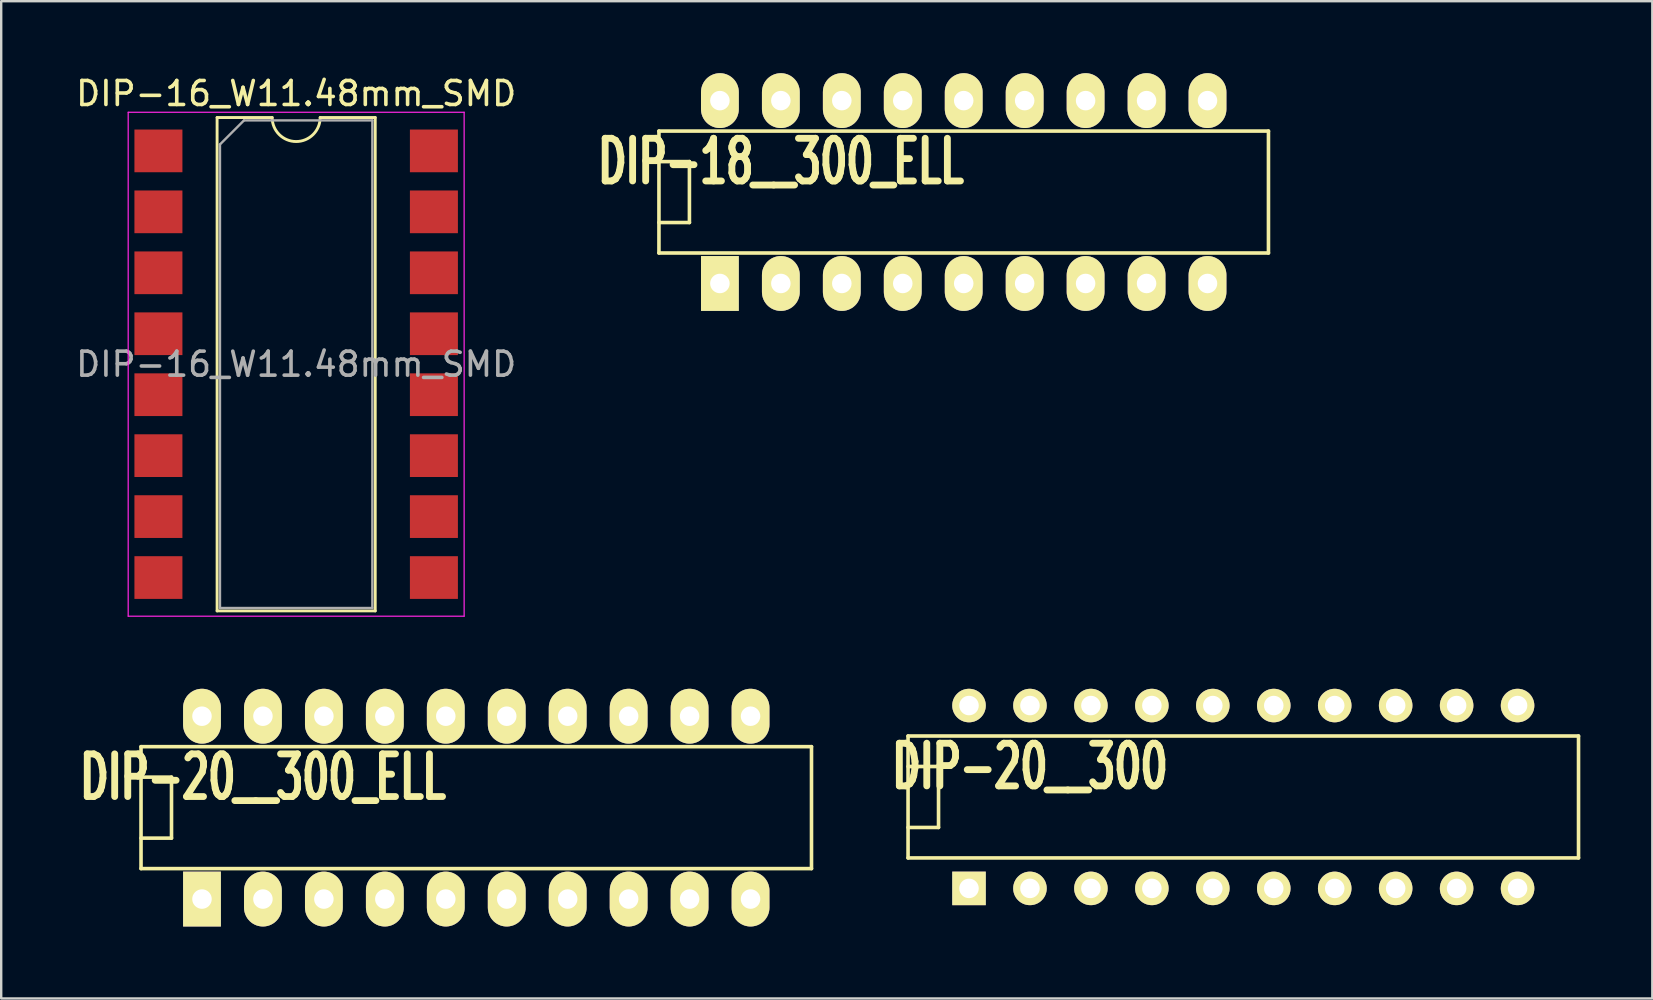
<source format=kicad_pcb>
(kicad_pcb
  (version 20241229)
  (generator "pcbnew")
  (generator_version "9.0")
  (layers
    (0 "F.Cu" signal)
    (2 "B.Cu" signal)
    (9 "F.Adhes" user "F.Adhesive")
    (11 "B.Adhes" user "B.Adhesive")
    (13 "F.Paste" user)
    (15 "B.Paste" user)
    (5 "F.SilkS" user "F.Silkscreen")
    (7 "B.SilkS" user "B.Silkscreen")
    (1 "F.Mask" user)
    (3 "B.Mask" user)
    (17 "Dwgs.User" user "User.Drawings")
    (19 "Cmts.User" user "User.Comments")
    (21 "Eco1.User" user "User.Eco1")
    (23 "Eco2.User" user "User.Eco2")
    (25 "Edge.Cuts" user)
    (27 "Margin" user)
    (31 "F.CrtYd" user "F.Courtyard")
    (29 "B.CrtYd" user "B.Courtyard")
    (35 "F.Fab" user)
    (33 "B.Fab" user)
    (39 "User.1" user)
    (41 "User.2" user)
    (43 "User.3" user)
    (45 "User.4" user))
  (footprint "DIP-16_W11.48mm_SMD"
    (layer "F.Cu")
    (at 9.292 12.128)
    (property "Reference" "DIP-16_W11.48mm_SMD" (at 0 -11.28 0) (layer "F.SilkS") (effects (font (size 1 1) (thickness 0.15))))
    (attr smd)
    (fp_line (start -3.295 -10.28) (end -3.295 10.28) (stroke (width 0.12) (type solid)) (layer "F.SilkS"))
    (fp_line (start -3.295 10.28) (end 3.295 10.28) (stroke (width 0.12) (type solid)) (layer "F.SilkS"))
    (fp_line (start -1 -10.28) (end -3.295 -10.28) (stroke (width 0.12) (type solid)) (layer "F.SilkS"))
    (fp_line (start 3.295 -10.28) (end 1 -10.28) (stroke (width 0.12) (type solid)) (layer "F.SilkS"))
    (fp_line (start 3.295 10.28) (end 3.295 -10.28) (stroke (width 0.12) (type solid)) (layer "F.SilkS"))
    (fp_arc (start 1 -10.28) (mid 0 -9.28) (end -1 -10.28) (stroke (width 0.12) (type solid)) (layer "F.SilkS"))
    (fp_line (start -7 -10.5) (end -7 10.5) (stroke (width 0.05) (type solid)) (layer "F.CrtYd"))
    (fp_line (start -7 10.5) (end 7 10.5) (stroke (width 0.05) (type solid)) (layer "F.CrtYd"))
    (fp_line (start 7 -10.5) (end -7 -10.5) (stroke (width 0.05) (type solid)) (layer "F.CrtYd"))
    (fp_line (start 7 10.5) (end 7 -10.5) (stroke (width 0.05) (type solid)) (layer "F.CrtYd"))
    (fp_line (start -3.175 -9.16) (end -2.175 -10.16) (stroke (width 0.1) (type solid)) (layer "F.Fab"))
    (fp_line (start -3.175 10.16) (end -3.175 -9.16) (stroke (width 0.1) (type solid)) (layer "F.Fab"))
    (fp_line (start -2.175 -10.16) (end 3.175 -10.16) (stroke (width 0.1) (type solid)) (layer "F.Fab"))
    (fp_line (start 3.175 -10.16) (end 3.175 10.16) (stroke (width 0.1) (type solid)) (layer "F.Fab"))
    (fp_line (start 3.175 10.16) (end -3.175 10.16) (stroke (width 0.1) (type solid)) (layer "F.Fab"))
    (fp_text user "${REFERENCE}" (at 0 0 0) (layer "F.Fab") (effects (font (size 1 1) (thickness 0.15))))
    (pad "1" smd rect (at -5.74 -8.89) (size 2 1.78) (layers "F.Cu" "F.Mask" "F.Paste"))
    (pad "2" smd rect (at -5.74 -6.35) (size 2 1.78) (layers "F.Cu" "F.Mask" "F.Paste"))
    (pad "3" smd rect (at -5.74 -3.81) (size 2 1.78) (layers "F.Cu" "F.Mask" "F.Paste"))
    (pad "4" smd rect (at -5.74 -1.27) (size 2 1.78) (layers "F.Cu" "F.Mask" "F.Paste"))
    (pad "5" smd rect (at -5.74 1.27) (size 2 1.78) (layers "F.Cu" "F.Mask" "F.Paste"))
    (pad "6" smd rect (at -5.74 3.81) (size 2 1.78) (layers "F.Cu" "F.Mask" "F.Paste"))
    (pad "7" smd rect (at -5.74 6.35) (size 2 1.78) (layers "F.Cu" "F.Mask" "F.Paste"))
    (pad "8" smd rect (at -5.74 8.89) (size 2 1.78) (layers "F.Cu" "F.Mask" "F.Paste"))
    (pad "9" smd rect (at 5.74 8.89) (size 2 1.78) (layers "F.Cu" "F.Mask" "F.Paste"))
    (pad "10" smd rect (at 5.74 6.35) (size 2 1.78) (layers "F.Cu" "F.Mask" "F.Paste"))
    (pad "11" smd rect (at 5.74 3.81) (size 2 1.78) (layers "F.Cu" "F.Mask" "F.Paste"))
    (pad "12" smd rect (at 5.74 1.27) (size 2 1.78) (layers "F.Cu" "F.Mask" "F.Paste"))
    (pad "13" smd rect (at 5.74 -1.27) (size 2 1.78) (layers "F.Cu" "F.Mask" "F.Paste"))
    (pad "14" smd rect (at 5.74 -3.81) (size 2 1.78) (layers "F.Cu" "F.Mask" "F.Paste"))
    (pad "15" smd rect (at 5.74 -6.35) (size 2 1.78) (layers "F.Cu" "F.Mask" "F.Paste"))
    (pad "16" smd rect (at 5.74 -8.89) (size 2 1.78) (layers "F.Cu" "F.Mask" "F.Paste")))
  (footprint "DIP-20__300"
    (layer "F.Cu")
    (at 48.761 30.162)
    (property "Reference" "DIP-20__300" (at -8.89 -1.27 0) (layer "F.SilkS") (effects (font (size 1.778 1.143) (thickness 0.305))))
    (attr through_hole)
    (fp_line (start -13.97 -2.54) (end 13.97 -2.54) (stroke (width 0.15) (type solid)) (layer "F.SilkS"))
    (fp_line (start -13.97 -1.27) (end -12.7 -1.27) (stroke (width 0.15) (type solid)) (layer "F.SilkS"))
    (fp_line (start -13.97 2.54) (end -13.97 -2.54) (stroke (width 0.15) (type solid)) (layer "F.SilkS"))
    (fp_line (start -12.7 -1.27) (end -12.7 1.27) (stroke (width 0.15) (type solid)) (layer "F.SilkS"))
    (fp_line (start -12.7 1.27) (end -13.97 1.27) (stroke (width 0.15) (type solid)) (layer "F.SilkS"))
    (fp_line (start 13.97 -2.54) (end 13.97 2.54) (stroke (width 0.15) (type solid)) (layer "F.SilkS"))
    (fp_line (start 13.97 2.54) (end -13.97 2.54) (stroke (width 0.15) (type solid)) (layer "F.SilkS"))
    (pad "1" thru_hole rect (at -11.43 3.81) (size 1.397 1.397) (drill 0.813) (layers "*.Cu" "*.Mask" "F.SilkS"))
    (pad "2" thru_hole circle (at -8.89 3.81) (size 1.397 1.397) (drill 0.813) (layers "*.Cu" "*.Mask" "F.SilkS"))
    (pad "3" thru_hole circle (at -6.35 3.81) (size 1.397 1.397) (drill 0.813) (layers "*.Cu" "*.Mask" "F.SilkS"))
    (pad "4" thru_hole circle (at -3.81 3.81) (size 1.397 1.397) (drill 0.813) (layers "*.Cu" "*.Mask" "F.SilkS"))
    (pad "5" thru_hole circle (at -1.27 3.81) (size 1.397 1.397) (drill 0.813) (layers "*.Cu" "*.Mask" "F.SilkS"))
    (pad "6" thru_hole circle (at 1.27 3.81) (size 1.397 1.397) (drill 0.813) (layers "*.Cu" "*.Mask" "F.SilkS"))
    (pad "7" thru_hole circle (at 3.81 3.81) (size 1.397 1.397) (drill 0.813) (layers "*.Cu" "*.Mask" "F.SilkS"))
    (pad "8" thru_hole circle (at 6.35 3.81) (size 1.397 1.397) (drill 0.813) (layers "*.Cu" "*.Mask" "F.SilkS"))
    (pad "9" thru_hole circle (at 8.89 3.81) (size 1.397 1.397) (drill 0.813) (layers "*.Cu" "*.Mask" "F.SilkS"))
    (pad "10" thru_hole circle (at 11.43 3.81) (size 1.397 1.397) (drill 0.813) (layers "*.Cu" "*.Mask" "F.SilkS"))
    (pad "11" thru_hole circle (at 11.43 -3.81) (size 1.397 1.397) (drill 0.813) (layers "*.Cu" "*.Mask" "F.SilkS"))
    (pad "12" thru_hole circle (at 8.89 -3.81) (size 1.397 1.397) (drill 0.813) (layers "*.Cu" "*.Mask" "F.SilkS"))
    (pad "13" thru_hole circle (at 6.35 -3.81) (size 1.397 1.397) (drill 0.813) (layers "*.Cu" "*.Mask" "F.SilkS"))
    (pad "14" thru_hole circle (at 3.81 -3.81) (size 1.397 1.397) (drill 0.813) (layers "*.Cu" "*.Mask" "F.SilkS"))
    (pad "15" thru_hole circle (at 1.27 -3.81) (size 1.397 1.397) (drill 0.813) (layers "*.Cu" "*.Mask" "F.SilkS"))
    (pad "16" thru_hole circle (at -1.27 -3.81) (size 1.397 1.397) (drill 0.813) (layers "*.Cu" "*.Mask" "F.SilkS"))
    (pad "17" thru_hole circle (at -3.81 -3.81) (size 1.397 1.397) (drill 0.813) (layers "*.Cu" "*.Mask" "F.SilkS"))
    (pad "18" thru_hole circle (at -6.35 -3.81) (size 1.397 1.397) (drill 0.813) (layers "*.Cu" "*.Mask" "F.SilkS"))
    (pad "19" thru_hole circle (at -8.89 -3.81) (size 1.397 1.397) (drill 0.813) (layers "*.Cu" "*.Mask" "F.SilkS"))
    (pad "20" thru_hole circle (at -11.43 -3.81) (size 1.397 1.397) (drill 0.813) (layers "*.Cu" "*.Mask" "F.SilkS")))
  (footprint "DIP-20__300_ELL"
    (layer "F.Cu")
    (at 16.797 30.606)
    (property "Reference" "DIP-20__300_ELL" (at -8.89 -1.27 0) (layer "F.SilkS") (effects (font (size 1.778 1.143) (thickness 0.305))))
    (attr through_hole)
    (fp_line (start -13.97 -2.54) (end 13.97 -2.54) (stroke (width 0.15) (type solid)) (layer "F.SilkS"))
    (fp_line (start -13.97 -1.27) (end -12.7 -1.27) (stroke (width 0.15) (type solid)) (layer "F.SilkS"))
    (fp_line (start -13.97 2.54) (end -13.97 -2.54) (stroke (width 0.15) (type solid)) (layer "F.SilkS"))
    (fp_line (start -12.7 -1.27) (end -12.7 1.27) (stroke (width 0.15) (type solid)) (layer "F.SilkS"))
    (fp_line (start -12.7 1.27) (end -13.97 1.27) (stroke (width 0.15) (type solid)) (layer "F.SilkS"))
    (fp_line (start 13.97 -2.54) (end 13.97 2.54) (stroke (width 0.15) (type solid)) (layer "F.SilkS"))
    (fp_line (start 13.97 2.54) (end -13.97 2.54) (stroke (width 0.15) (type solid)) (layer "F.SilkS"))
    (pad "1" thru_hole rect (at -11.43 3.81) (size 1.575 2.286) (drill 0.813) (layers "*.Cu" "*.Mask" "F.SilkS"))
    (pad "2" thru_hole oval (at -8.89 3.81) (size 1.575 2.286) (drill 0.813) (layers "*.Cu" "*.Mask" "F.SilkS"))
    (pad "3" thru_hole oval (at -6.35 3.81) (size 1.575 2.286) (drill 0.813) (layers "*.Cu" "*.Mask" "F.SilkS"))
    (pad "4" thru_hole oval (at -3.81 3.81) (size 1.575 2.286) (drill 0.813) (layers "*.Cu" "*.Mask" "F.SilkS"))
    (pad "5" thru_hole oval (at -1.27 3.81) (size 1.575 2.286) (drill 0.813) (layers "*.Cu" "*.Mask" "F.SilkS"))
    (pad "6" thru_hole oval (at 1.27 3.81) (size 1.575 2.286) (drill 0.813) (layers "*.Cu" "*.Mask" "F.SilkS"))
    (pad "7" thru_hole oval (at 3.81 3.81) (size 1.575 2.286) (drill 0.813) (layers "*.Cu" "*.Mask" "F.SilkS"))
    (pad "8" thru_hole oval (at 6.35 3.81) (size 1.575 2.286) (drill 0.813) (layers "*.Cu" "*.Mask" "F.SilkS"))
    (pad "9" thru_hole oval (at 8.89 3.81) (size 1.575 2.286) (drill 0.813) (layers "*.Cu" "*.Mask" "F.SilkS"))
    (pad "10" thru_hole oval (at 11.43 3.81) (size 1.575 2.286) (drill 0.813) (layers "*.Cu" "*.Mask" "F.SilkS"))
    (pad "11" thru_hole oval (at 11.43 -3.81) (size 1.575 2.286) (drill 0.813) (layers "*.Cu" "*.Mask" "F.SilkS"))
    (pad "12" thru_hole oval (at 8.89 -3.81) (size 1.575 2.286) (drill 0.813) (layers "*.Cu" "*.Mask" "F.SilkS"))
    (pad "13" thru_hole oval (at 6.35 -3.81) (size 1.575 2.286) (drill 0.813) (layers "*.Cu" "*.Mask" "F.SilkS"))
    (pad "14" thru_hole oval (at 3.81 -3.81) (size 1.575 2.286) (drill 0.813) (layers "*.Cu" "*.Mask" "F.SilkS"))
    (pad "15" thru_hole oval (at 1.27 -3.81) (size 1.575 2.286) (drill 0.813) (layers "*.Cu" "*.Mask" "F.SilkS"))
    (pad "16" thru_hole oval (at -1.27 -3.81) (size 1.575 2.286) (drill 0.813) (layers "*.Cu" "*.Mask" "F.SilkS"))
    (pad "17" thru_hole oval (at -3.81 -3.81) (size 1.575 2.286) (drill 0.813) (layers "*.Cu" "*.Mask" "F.SilkS"))
    (pad "18" thru_hole oval (at -6.35 -3.81) (size 1.575 2.286) (drill 0.813) (layers "*.Cu" "*.Mask" "F.SilkS"))
    (pad "19" thru_hole oval (at -8.89 -3.81) (size 1.575 2.286) (drill 0.813) (layers "*.Cu" "*.Mask" "F.SilkS"))
    (pad "20" thru_hole oval (at -11.43 -3.81) (size 1.575 2.286) (drill 0.813) (layers "*.Cu" "*.Mask" "F.SilkS")))
  (footprint "DIP-18__300_ELL"
    (layer "F.Cu")
    (at 37.11 4.953)
    (property "Reference" "DIP-18__300_ELL" (at -7.62 -1.27 0) (layer "F.SilkS") (effects (font (size 1.778 1.143) (thickness 0.305))))
    (attr through_hole)
    (fp_line (start -12.7 -2.54) (end 12.7 -2.54) (stroke (width 0.15) (type solid)) (layer "F.SilkS"))
    (fp_line (start -12.7 -1.27) (end -11.43 -1.27) (stroke (width 0.15) (type solid)) (layer "F.SilkS"))
    (fp_line (start -12.7 2.54) (end -12.7 -2.54) (stroke (width 0.15) (type solid)) (layer "F.SilkS"))
    (fp_line (start -11.43 -1.27) (end -11.43 1.27) (stroke (width 0.15) (type solid)) (layer "F.SilkS"))
    (fp_line (start -11.43 1.27) (end -12.7 1.27) (stroke (width 0.15) (type solid)) (layer "F.SilkS"))
    (fp_line (start 12.7 -2.54) (end 12.7 2.54) (stroke (width 0.15) (type solid)) (layer "F.SilkS"))
    (fp_line (start 12.7 2.54) (end -12.7 2.54) (stroke (width 0.15) (type solid)) (layer "F.SilkS"))
    (pad "1" thru_hole rect (at -10.16 3.81) (size 1.575 2.286) (drill 0.813) (layers "*.Cu" "*.Mask" "F.SilkS"))
    (pad "2" thru_hole oval (at -7.62 3.81) (size 1.575 2.286) (drill 0.813) (layers "*.Cu" "*.Mask" "F.SilkS"))
    (pad "3" thru_hole oval (at -5.08 3.81) (size 1.575 2.286) (drill 0.813) (layers "*.Cu" "*.Mask" "F.SilkS"))
    (pad "4" thru_hole oval (at -2.54 3.81) (size 1.575 2.286) (drill 0.813) (layers "*.Cu" "*.Mask" "F.SilkS"))
    (pad "5" thru_hole oval (at 0 3.81) (size 1.575 2.286) (drill 0.813) (layers "*.Cu" "*.Mask" "F.SilkS"))
    (pad "6" thru_hole oval (at 2.54 3.81) (size 1.575 2.286) (drill 0.813) (layers "*.Cu" "*.Mask" "F.SilkS"))
    (pad "7" thru_hole oval (at 5.08 3.81) (size 1.575 2.286) (drill 0.813) (layers "*.Cu" "*.Mask" "F.SilkS"))
    (pad "8" thru_hole oval (at 7.62 3.81) (size 1.575 2.286) (drill 0.813) (layers "*.Cu" "*.Mask" "F.SilkS"))
    (pad "9" thru_hole oval (at 10.16 3.81) (size 1.575 2.286) (drill 0.813) (layers "*.Cu" "*.Mask" "F.SilkS"))
    (pad "10" thru_hole oval (at 10.16 -3.81) (size 1.575 2.286) (drill 0.813) (layers "*.Cu" "*.Mask" "F.SilkS"))
    (pad "11" thru_hole oval (at 7.62 -3.81) (size 1.575 2.286) (drill 0.813) (layers "*.Cu" "*.Mask" "F.SilkS"))
    (pad "12" thru_hole oval (at 5.08 -3.81) (size 1.575 2.286) (drill 0.813) (layers "*.Cu" "*.Mask" "F.SilkS"))
    (pad "13" thru_hole oval (at 2.54 -3.81) (size 1.575 2.286) (drill 0.813) (layers "*.Cu" "*.Mask" "F.SilkS"))
    (pad "14" thru_hole oval (at 0 -3.81) (size 1.575 2.286) (drill 0.813) (layers "*.Cu" "*.Mask" "F.SilkS"))
    (pad "15" thru_hole oval (at -2.54 -3.81) (size 1.575 2.286) (drill 0.813) (layers "*.Cu" "*.Mask" "F.SilkS"))
    (pad "16" thru_hole oval (at -5.08 -3.81) (size 1.575 2.286) (drill 0.813) (layers "*.Cu" "*.Mask" "F.SilkS"))
    (pad "17" thru_hole oval (at -7.62 -3.81) (size 1.575 2.286) (drill 0.813) (layers "*.Cu" "*.Mask" "F.SilkS"))
    (pad "18" thru_hole oval (at -10.16 -3.81) (size 1.575 2.286) (drill 0.813) (layers "*.Cu" "*.Mask" "F.SilkS")))
  (gr_rect
    (start -3 -3)
    (end 65.806 38.559)
    (stroke (width 0.1) (type default))
    (fill no)
    (layer "Edge.Cuts")))
</source>
